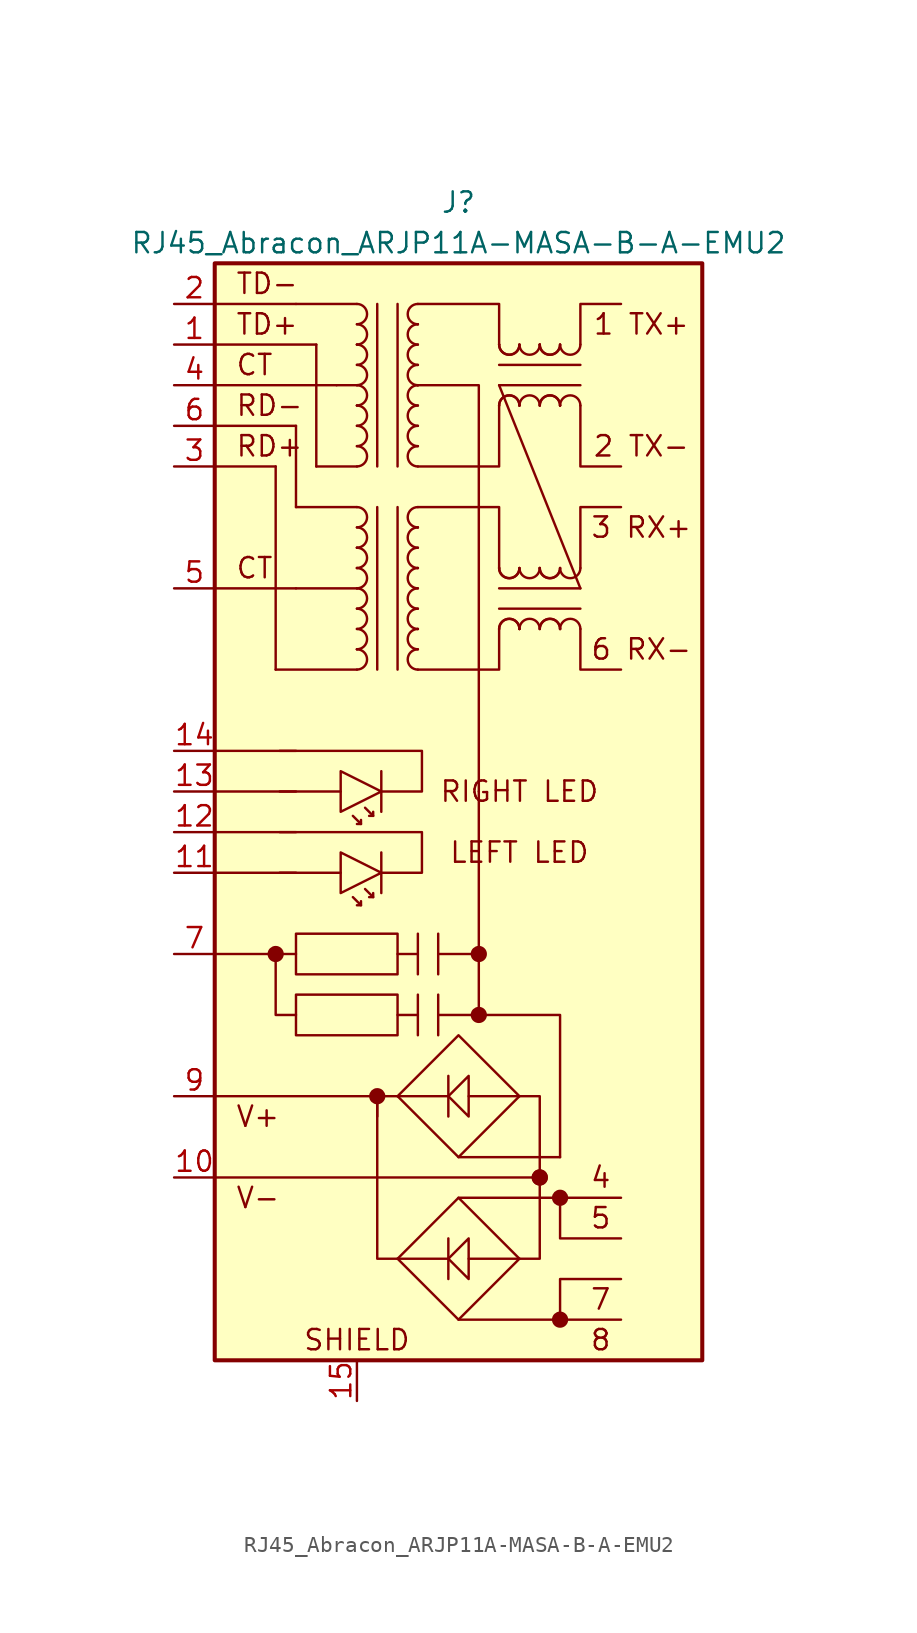
<source format=kicad_sym>
(kicad_symbol_lib
  (version 20220914)
  (generator kicad_symbol_editor)
  (symbol "RJ45_Abracon_ARJP11A-MASA-B-A-EMU2"
    (pin_names
      (offset 1.016) hide)
    (property "Reference" "J"
      (at 0 35.56 0)
      (effects (font (size 1.27 1.27))))
    (property "Value" "RJ45_Abracon_ARJP11A-MASA-B-A-EMU2"
      (at 0 33.02 0)
      (effects (font (size 1.27 1.27))))
    (symbol "RJ45_Abracon_ARJP11A-MASA-B-A-EMU2_0_0"
      (rectangle (start -15.24 31.75) (end 15.24 -36.83) (stroke (width 0.254) (type default)) (fill (type background)))
      (rectangle (start -10.16 -10.16) (end -3.81 -12.7) (stroke (width 0) (type default)) (fill (type none)))
      (polyline (pts (xy -15.24 -25.4) (xy 5.08 -25.4)) (stroke (width 0) (type default)) (fill (type none)))
      (polyline (pts (xy -15.24 -6.35) (xy -10.16 -6.35)) (stroke (width 0) (type default)) (fill (type none)))
      (polyline (pts (xy -15.24 -3.81) (xy -10.16 -3.81)) (stroke (width 0) (type default)) (fill (type none)))
      (polyline (pts (xy -15.24 -1.27) (xy -10.16 -1.27)) (stroke (width 0) (type default)) (fill (type none)))
      (polyline (pts (xy -15.24 1.27) (xy -10.16 1.27)) (stroke (width 0) (type default)) (fill (type none)))
      (polyline (pts (xy -15.24 11.43) (xy -10.16 11.43)) (stroke (width 0) (type default)) (fill (type none)))
      (polyline (pts (xy -15.24 24.13) (xy -7.62 24.13)) (stroke (width 0) (type default)) (fill (type none)))
      (polyline (pts (xy -15.24 29.21) (xy -10.16 29.21)) (stroke (width 0) (type default)) (fill (type none)))
      (polyline (pts (xy -11.43 -11.43) (xy -15.24 -11.43)) (stroke (width 0) (type default)) (fill (type none)))
      (polyline (pts (xy -11.43 19.05) (xy -11.43 6.35)) (stroke (width 0) (type default)) (fill (type none)))
      (polyline (pts (xy -11.176 -6.35) (xy -7.366 -6.35)) (stroke (width 0) (type default)) (fill (type none)))
      (polyline (pts (xy -10.16 -11.43) (xy -11.43 -11.43)) (stroke (width 0) (type default)) (fill (type none)))
      (polyline (pts (xy -10.16 21.59) (xy -10.16 16.51)) (stroke (width 0) (type default)) (fill (type none)))
      (polyline (pts (xy -8.89 26.67) (xy -8.89 19.05)) (stroke (width 0) (type default)) (fill (type none)))
      (polyline (pts (xy -5.08 -21.59) (xy -5.08 -20.32)) (stroke (width 0) (type default)) (fill (type none)))
      (polyline (pts (xy -5.08 -20.32) (xy -15.24 -20.32)) (stroke (width 0) (type default)) (fill (type none)))
      (polyline (pts (xy -5.08 -20.32) (xy -3.81 -20.32)) (stroke (width 0) (type default)) (fill (type none)))
      (polyline (pts (xy -3.81 -15.24) (xy -2.54 -15.24)) (stroke (width 0) (type default)) (fill (type none)))
      (polyline (pts (xy -3.81 -11.43) (xy -2.54 -11.43)) (stroke (width 0) (type default)) (fill (type none)))
      (polyline (pts (xy -2.54 -12.7) (xy -2.54 -10.16)) (stroke (width 0) (type default)) (fill (type none)))
      (polyline (pts (xy -1.27 -16.51) (xy -1.27 -13.97)) (stroke (width 0) (type default)) (fill (type none)))
      (polyline (pts (xy -1.27 -12.7) (xy -1.27 -10.16)) (stroke (width 0) (type default)) (fill (type none)))
      (polyline (pts (xy 0 -34.29) (xy 10.16 -34.29)) (stroke (width 0) (type default)) (fill (type none)))
      (polyline (pts (xy 0 -26.67) (xy 10.16 -26.67)) (stroke (width 0) (type default)) (fill (type none)))
      (polyline (pts (xy 0 -24.13) (xy 6.35 -24.13)) (stroke (width 0) (type default)) (fill (type none)))
      (polyline (pts (xy 1.27 -11.43) (xy 1.27 -15.24)) (stroke (width 0) (type default)) (fill (type none)))
      (polyline (pts (xy -10.16 -15.24) (xy -11.43 -15.24) (xy -11.43 -11.43)) (stroke (width 0) (type default)) (fill (type none)))
      (polyline (pts (xy -3.81 -30.48) (xy -5.08 -30.48) (xy -5.08 -20.32)) (stroke (width 0) (type default)) (fill (type none)))
      (polyline (pts (xy -1.27 -15.24) (xy 0 -15.24) (xy 1.27 -15.24)) (stroke (width 0) (type default)) (fill (type none)))
      (polyline (pts (xy 1.27 -15.24) (xy 6.35 -15.24) (xy 6.35 -24.13)) (stroke (width 0) (type default)) (fill (type none)))
      (polyline (pts (xy 6.35 -34.29) (xy 6.35 -31.75) (xy 10.16 -31.75)) (stroke (width 0) (type default)) (fill (type none)))
      (polyline (pts (xy 6.35 -26.67) (xy 6.35 -29.21) (xy 10.16 -29.21)) (stroke (width 0) (type default)) (fill (type none)))
      (polyline (pts (xy -4.826 -6.35) (xy -2.286 -6.35) (xy -2.286 -3.81) (xy -11.176 -3.81)) (stroke (width 0) (type default)) (fill (type none)))
      (polyline (pts (xy -2.54 24.13) (xy -1.27 24.13) (xy 1.27 24.13) (xy 1.27 -1.27)) (stroke (width 0) (type default)) (fill (type none)))
      (polyline (pts (xy 3.81 -20.32) (xy 5.08 -20.32) (xy 5.08 -30.48) (xy 3.81 -30.48)) (stroke (width 0) (type default)) (fill (type none)))
      (polyline (pts (xy -3.81 -20.32) (xy 0 -16.51) (xy 3.81 -20.32) (xy 0 -24.13) (xy -3.81 -20.32)) (stroke (width 0) (type default)) (fill (type none)))
      (circle (center 1.27 -11.43) (radius 0.0001) (stroke (width 0.508) (type default)) (fill (type none)))
      (text "1 TX+" (at 11.43 27.94 0) (effects (font (size 1.27 1.27))))
      (text "2 TX-" (at 11.43 20.32 0) (effects (font (size 1.27 1.27))))
      (text "3 RX+" (at 11.43 15.24 0) (effects (font (size 1.27 1.27))))
      (text "4" (at 8.89 -25.4 0) (effects (font (size 1.27 1.27))))
      (text "5" (at 8.89 -27.94 0) (effects (font (size 1.27 1.27))))
      (text "6 RX-" (at 11.43 7.62 0) (effects (font (size 1.27 1.27))))
      (text "7" (at 8.89 -33.02 0) (effects (font (size 1.27 1.27))))
      (text "8" (at 8.89 -35.56 0) (effects (font (size 1.27 1.27))))
      (text "CT" (at -13.97 12.7 0) (effects (font (size 1.27 1.27)) (justify left)))
      (text "LEFT LED" (at 3.81 -5.08 0) (effects (font (size 1.27 1.27))))
      (text "RD-" (at -13.97 22.86 0) (effects (font (size 1.27 1.27)) (justify left)))
      (text "SHIELD" (at -6.35 -35.56 0) (effects (font (size 1.27 1.27))))
      (text "V+" (at -13.97 -21.59 0) (effects (font (size 1.27 1.27)) (justify left)))
      (text "V-" (at -13.97 -26.67 0) (effects (font (size 1.27 1.27)) (justify left))))
    (symbol "RJ45_Abracon_ARJP11A-MASA-B-A-EMU2_0_1"
      (arc (start -6.35 19.05) (mid -5.7177 19.685) (end -6.35 20.32) (stroke (width 0) (type default)) (fill (type none)))
      (arc (start -6.35 22.86) (mid -6.35 22.86) (end -6.35 22.86) (stroke (width 0) (type default)) (fill (type none)))
      (arc (start -6.35 22.86) (mid -5.7177 23.495) (end -6.35 24.13) (stroke (width 0) (type default)) (fill (type none)))
      (arc (start -6.35 24.13) (mid -5.7177 24.765) (end -6.35 25.4) (stroke (width 0) (type default)) (fill (type none)))
      (polyline (pts (xy -11.43 19.05) (xy -15.24 19.05)) (stroke (width 0) (type default)) (fill (type none)))
      (polyline (pts (xy -10.16 21.59) (xy -15.24 21.59)) (stroke (width 0) (type default)) (fill (type none)))
      (polyline (pts (xy -8.89 26.67) (xy -15.24 26.67)) (stroke (width 0) (type default)) (fill (type none)))
      (polyline (pts (xy -6.35 6.35) (xy -11.43 6.35)) (stroke (width 0) (type default)) (fill (type none)))
      (polyline (pts (xy -6.35 11.43) (xy -10.16 11.43)) (stroke (width 0) (type default)) (fill (type none)))
      (polyline (pts (xy -6.35 16.51) (xy -10.16 16.51)) (stroke (width 0) (type default)) (fill (type none)))
      (polyline (pts (xy -6.35 19.05) (xy -8.89 19.05)) (stroke (width 0) (type default)) (fill (type none)))
      (polyline (pts (xy -6.35 24.13) (xy -7.62 24.13)) (stroke (width 0) (type default)) (fill (type none)))
      (polyline (pts (xy -6.35 29.21) (xy -10.16 29.21)) (stroke (width 0) (type default)) (fill (type none)))
      (polyline (pts (xy -6.096 -3.302) (xy -6.35 -3.302)) (stroke (width 0) (type default)) (fill (type none)))
      (polyline (pts (xy -5.334 -2.794) (xy -5.588 -2.794)) (stroke (width 0) (type default)) (fill (type none)))
      (polyline (pts (xy -4.826 -7.62) (xy -4.826 -5.08)) (stroke (width 0) (type default)) (fill (type none)))
      (polyline (pts (xy -1.27 -11.43) (xy 1.27 -11.43)) (stroke (width 0) (type default)) (fill (type none)))
      (polyline (pts (xy -0.635 -21.59) (xy -0.635 -19.05)) (stroke (width 0) (type default)) (fill (type none)))
      (polyline (pts (xy -0.635 -20.32) (xy -3.81 -20.32)) (stroke (width 0) (type default)) (fill (type none)))
      (polyline (pts (xy 0.635 -20.32) (xy 3.81 -20.32)) (stroke (width 0) (type default)) (fill (type none)))
      (polyline (pts (xy 1.27 -11.43) (xy 1.27 -1.27)) (stroke (width 0) (type default)) (fill (type none)))
      (polyline (pts (xy -6.604 -2.794) (xy -6.096 -3.302) (xy -6.096 -3.048)) (stroke (width 0) (type default)) (fill (type none)))
      (polyline (pts (xy -5.842 -2.286) (xy -5.334 -2.794) (xy -5.334 -2.54)) (stroke (width 0) (type default)) (fill (type none)))
      (polyline (pts (xy -7.366 -7.62) (xy -7.366 -5.08) (xy -4.826 -6.35) (xy -7.366 -7.62)) (stroke (width 0) (type default)) (fill (type none)))
      (polyline (pts (xy 0.635 -21.59) (xy 0.635 -19.05) (xy -0.635 -20.32) (xy 0.635 -21.59)) (stroke (width 0) (type default)) (fill (type none))))
    (symbol "RJ45_Abracon_ARJP11A-MASA-B-A-EMU2_1_1"
      (circle (center -11.43 -11.43) (radius 0.0001) (stroke (width 0.508) (type default)) (fill (type none)))
      (rectangle (start -10.16 -13.97) (end -3.81 -16.51) (stroke (width 0) (type default)) (fill (type none)))
      (arc (start -6.35 6.35) (mid -5.7177 6.985) (end -6.35 7.62) (stroke (width 0) (type default)) (fill (type none)))
      (arc (start -6.35 7.62) (mid -6.35 7.62) (end -6.35 7.62) (stroke (width 0) (type default)) (fill (type none)))
      (arc (start -6.35 7.62) (mid -5.7177 8.255) (end -6.35 8.89) (stroke (width 0) (type default)) (fill (type none)))
      (arc (start -6.35 8.89) (mid -5.7177 9.525) (end -6.35 10.16) (stroke (width 0) (type default)) (fill (type none)))
      (arc (start -6.35 10.16) (mid -5.7177 10.795) (end -6.35 11.43) (stroke (width 0) (type default)) (fill (type none)))
      (arc (start -6.35 11.43) (mid -5.7177 12.065) (end -6.35 12.7) (stroke (width 0) (type default)) (fill (type none)))
      (arc (start -6.35 12.7) (mid -6.35 12.7) (end -6.35 12.7) (stroke (width 0) (type default)) (fill (type none)))
      (arc (start -6.35 12.7) (mid -5.7177 13.335) (end -6.35 13.97) (stroke (width 0) (type default)) (fill (type none)))
      (arc (start -6.35 13.97) (mid -6.35 13.97) (end -6.35 13.97) (stroke (width 0) (type default)) (fill (type none)))
      (arc (start -6.35 13.97) (mid -5.7177 14.605) (end -6.35 15.24) (stroke (width 0) (type default)) (fill (type none)))
      (arc (start -6.35 15.24) (mid -5.7177 15.875) (end -6.35 16.51) (stroke (width 0) (type default)) (fill (type none)))
      (arc (start -6.35 20.32) (mid -5.7177 20.955) (end -6.35 21.59) (stroke (width 0) (type default)) (fill (type none)))
      (arc (start -6.35 21.59) (mid -5.7177 22.225) (end -6.35 22.86) (stroke (width 0) (type default)) (fill (type none)))
      (arc (start -6.35 25.4) (mid -5.7177 26.035) (end -6.35 26.67) (stroke (width 0) (type default)) (fill (type none)))
      (arc (start -6.35 26.67) (mid -6.35 26.67) (end -6.35 26.67) (stroke (width 0) (type default)) (fill (type none)))
      (arc (start -6.35 26.67) (mid -5.7177 27.305) (end -6.35 27.94) (stroke (width 0) (type default)) (fill (type none)))
      (arc (start -6.35 27.94) (mid -5.7177 28.575) (end -6.35 29.21) (stroke (width 0) (type default)) (fill (type none)))
      (circle (center -5.08 -20.32) (radius 0.0001) (stroke (width 0.508) (type default)) (fill (type none)))
      (arc (start -2.54 7.62) (mid -3.1723 6.985) (end -2.54 6.35) (stroke (width 0) (type default)) (fill (type none)))
      (arc (start -2.54 8.89) (mid -3.1723 8.255) (end -2.54 7.62) (stroke (width 0) (type default)) (fill (type none)))
      (arc (start -2.54 8.89) (mid -2.54 8.89) (end -2.54 8.89) (stroke (width 0) (type default)) (fill (type none)))
      (arc (start -2.54 10.16) (mid -3.1723 9.525) (end -2.54 8.89) (stroke (width 0) (type default)) (fill (type none)))
      (arc (start -2.54 11.43) (mid -3.1723 10.795) (end -2.54 10.16) (stroke (width 0) (type default)) (fill (type none)))
      (arc (start -2.54 12.7) (mid -3.1723 12.065) (end -2.54 11.43) (stroke (width 0) (type default)) (fill (type none)))
      (arc (start -2.54 12.7) (mid -2.54 12.7) (end -2.54 12.7) (stroke (width 0) (type default)) (fill (type none)))
      (arc (start -2.54 13.97) (mid -3.1723 13.335) (end -2.54 12.7) (stroke (width 0) (type default)) (fill (type none)))
      (arc (start -2.54 15.24) (mid -3.1723 14.605) (end -2.54 13.97) (stroke (width 0) (type default)) (fill (type none)))
      (arc (start -2.54 15.24) (mid -2.54 15.24) (end -2.54 15.24) (stroke (width 0) (type default)) (fill (type none)))
      (arc (start -2.54 16.51) (mid -3.1723 15.875) (end -2.54 15.24) (stroke (width 0) (type default)) (fill (type none)))
      (arc (start -2.54 20.32) (mid -3.1723 19.685) (end -2.54 19.05) (stroke (width 0) (type default)) (fill (type none)))
      (arc (start -2.54 21.59) (mid -3.1723 20.955) (end -2.54 20.32) (stroke (width 0) (type default)) (fill (type none)))
      (arc (start -2.54 22.86) (mid -3.1723 22.225) (end -2.54 21.59) (stroke (width 0) (type default)) (fill (type none)))
      (arc (start -2.54 24.13) (mid -3.1723 23.495) (end -2.54 22.86) (stroke (width 0) (type default)) (fill (type none)))
      (arc (start -2.54 24.13) (mid -2.54 24.13) (end -2.54 24.13) (stroke (width 0) (type default)) (fill (type none)))
      (arc (start -2.54 25.4) (mid -3.1723 24.765) (end -2.54 24.13) (stroke (width 0) (type default)) (fill (type none)))
      (arc (start -2.54 26.67) (mid -3.1723 26.035) (end -2.54 25.4) (stroke (width 0) (type default)) (fill (type none)))
      (arc (start -2.54 27.94) (mid -3.1723 27.305) (end -2.54 26.67) (stroke (width 0) (type default)) (fill (type none)))
      (arc (start -2.54 27.94) (mid -2.54 27.94) (end -2.54 27.94) (stroke (width 0) (type default)) (fill (type none)))
      (arc (start -2.54 29.21) (mid -3.1723 28.575) (end -2.54 27.94) (stroke (width 0) (type default)) (fill (type none)))
      (polyline (pts (xy -11.176 -1.27) (xy -7.366 -1.27)) (stroke (width 0) (type default)) (fill (type none)))
      (polyline (pts (xy -6.096 -8.382) (xy -6.35 -8.382)) (stroke (width 0) (type default)) (fill (type none)))
      (polyline (pts (xy -5.334 -7.874) (xy -5.588 -7.874)) (stroke (width 0) (type default)) (fill (type none)))
      (polyline (pts (xy -5.08 6.35) (xy -5.08 16.51)) (stroke (width 0) (type default)) (fill (type none)))
      (polyline (pts (xy -5.08 19.05) (xy -5.08 29.21)) (stroke (width 0) (type default)) (fill (type none)))
      (polyline (pts (xy -4.826 -2.54) (xy -4.826 0)) (stroke (width 0) (type default)) (fill (type none)))
      (polyline (pts (xy -3.81 16.51) (xy -3.81 6.35)) (stroke (width 0) (type default)) (fill (type none)))
      (polyline (pts (xy -3.81 29.21) (xy -3.81 19.05)) (stroke (width 0) (type default)) (fill (type none)))
      (polyline (pts (xy -2.54 -16.51) (xy -2.54 -13.97)) (stroke (width 0) (type default)) (fill (type none)))
      (polyline (pts (xy -0.635 -31.75) (xy -0.635 -29.21)) (stroke (width 0) (type default)) (fill (type none)))
      (polyline (pts (xy -0.635 -30.48) (xy -3.81 -30.48)) (stroke (width 0) (type default)) (fill (type none)))
      (polyline (pts (xy 0.635 -30.48) (xy 3.81 -30.48)) (stroke (width 0) (type default)) (fill (type none)))
      (polyline (pts (xy 2.54 11.43) (xy 7.62 11.43)) (stroke (width 0) (type default)) (fill (type none)))
      (polyline (pts (xy 2.54 24.13) (xy 7.62 11.43)) (stroke (width 0) (type default)) (fill (type none)))
      (polyline (pts (xy 2.54 25.4) (xy 7.62 25.4)) (stroke (width 0) (type default)) (fill (type none)))
      (polyline (pts (xy 7.62 10.16) (xy 2.54 10.16)) (stroke (width 0) (type default)) (fill (type none)))
      (polyline (pts (xy 7.62 24.13) (xy 2.54 24.13)) (stroke (width 0) (type default)) (fill (type none)))
      (polyline (pts (xy -6.604 -7.874) (xy -6.096 -8.382) (xy -6.096 -8.128)) (stroke (width 0) (type default)) (fill (type none)))
      (polyline (pts (xy -5.842 -7.366) (xy -5.334 -7.874) (xy -5.334 -7.62)) (stroke (width 0) (type default)) (fill (type none)))
      (polyline (pts (xy -2.54 6.35) (xy 2.54 6.35) (xy 2.54 8.89)) (stroke (width 0) (type default)) (fill (type none)))
      (polyline (pts (xy -2.54 16.51) (xy 2.54 16.51) (xy 2.54 12.7)) (stroke (width 0) (type default)) (fill (type none)))
      (polyline (pts (xy -2.54 19.05) (xy 2.54 19.05) (xy 2.54 22.86)) (stroke (width 0) (type default)) (fill (type none)))
      (polyline (pts (xy 2.54 26.67) (xy 2.54 29.21) (xy -2.54 29.21)) (stroke (width 0) (type default)) (fill (type none)))
      (polyline (pts (xy 7.62 8.89) (xy 7.62 6.35) (xy 10.16 6.35)) (stroke (width 0) (type default)) (fill (type none)))
      (polyline (pts (xy 7.62 12.7) (xy 7.62 16.51) (xy 10.16 16.51)) (stroke (width 0) (type default)) (fill (type none)))
      (polyline (pts (xy 7.62 22.86) (xy 7.62 19.05) (xy 10.16 19.05)) (stroke (width 0) (type default)) (fill (type none)))
      (polyline (pts (xy 7.62 26.67) (xy 7.62 29.21) (xy 10.16 29.21)) (stroke (width 0) (type default)) (fill (type none)))
      (polyline (pts (xy -7.366 -2.54) (xy -7.366 0) (xy -4.826 -1.27) (xy -7.366 -2.54)) (stroke (width 0) (type default)) (fill (type none)))
      (polyline (pts (xy -4.826 -1.27) (xy -2.286 -1.27) (xy -2.286 1.27) (xy -11.176 1.27)) (stroke (width 0) (type default)) (fill (type none)))
      (polyline (pts (xy 0.635 -31.75) (xy 0.635 -29.21) (xy -0.635 -30.48) (xy 0.635 -31.75)) (stroke (width 0) (type default)) (fill (type none)))
      (polyline (pts (xy -3.81 -30.48) (xy 0 -26.67) (xy 3.81 -30.48) (xy 0 -34.29) (xy -3.81 -30.48)) (stroke (width 0) (type default)) (fill (type none)))
      (circle (center 1.27 -15.24) (radius 0.0001) (stroke (width 0.508) (type default)) (fill (type none)))
      (arc (start 2.54 12.7) (mid 2.54 12.7) (end 2.54 12.7) (stroke (width 0) (type default)) (fill (type none)))
      (arc (start 2.54 12.7) (mid 3.175 12.0677) (end 3.81 12.7) (stroke (width 0) (type default)) (fill (type none)))
      (arc (start 2.54 12.7) (mid 3.175 12.0677) (end 3.81 12.7) (stroke (width 0) (type default)) (fill (type none)))
      (arc (start 2.54 26.67) (mid 2.54 26.67) (end 2.54 26.67) (stroke (width 0) (type default)) (fill (type none)))
      (arc (start 2.54 26.67) (mid 3.175 26.0377) (end 3.81 26.67) (stroke (width 0) (type default)) (fill (type none)))
      (arc (start 2.54 26.67) (mid 3.175 26.0377) (end 3.81 26.67) (stroke (width 0) (type default)) (fill (type none)))
      (arc (start 3.81 8.89) (mid 3.175 9.5223) (end 2.54 8.89) (stroke (width 0) (type default)) (fill (type none)))
      (arc (start 3.81 8.89) (mid 3.175 9.5223) (end 2.54 8.89) (stroke (width 0) (type default)) (fill (type none)))
      (arc (start 3.81 8.89) (mid 3.81 8.89) (end 3.81 8.89) (stroke (width 0) (type default)) (fill (type none)))
      (arc (start 3.81 12.7) (mid 4.445 12.0677) (end 5.08 12.7) (stroke (width 0) (type default)) (fill (type none)))
      (arc (start 3.81 22.86) (mid 3.175 23.4923) (end 2.54 22.86) (stroke (width 0) (type default)) (fill (type none)))
      (arc (start 3.81 22.86) (mid 3.175 23.4923) (end 2.54 22.86) (stroke (width 0) (type default)) (fill (type none)))
      (arc (start 3.81 22.86) (mid 3.81 22.86) (end 3.81 22.86) (stroke (width 0) (type default)) (fill (type none)))
      (arc (start 3.81 26.67) (mid 4.445 26.0377) (end 5.08 26.67) (stroke (width 0) (type default)) (fill (type none)))
      (circle (center 5.08 -25.4) (radius 0.0001) (stroke (width 0.508) (type default)) (fill (type none)))
      (circle (center 5.08 -25.4) (radius 0.0001) (stroke (width 0.508) (type default)) (fill (type none)))
      (arc (start 5.08 8.89) (mid 4.445 9.5223) (end 3.81 8.89) (stroke (width 0) (type default)) (fill (type none)))
      (arc (start 5.08 12.7) (mid 5.08 12.7) (end 5.08 12.7) (stroke (width 0) (type default)) (fill (type none)))
      (arc (start 5.08 12.7) (mid 5.715 12.0677) (end 6.35 12.7) (stroke (width 0) (type default)) (fill (type none)))
      (arc (start 5.08 12.7) (mid 5.715 12.0677) (end 6.35 12.7) (stroke (width 0) (type default)) (fill (type none)))
      (arc (start 5.08 22.86) (mid 4.445 23.4923) (end 3.81 22.86) (stroke (width 0) (type default)) (fill (type none)))
      (arc (start 5.08 26.67) (mid 5.08 26.67) (end 5.08 26.67) (stroke (width 0) (type default)) (fill (type none)))
      (arc (start 5.08 26.67) (mid 5.715 26.0377) (end 6.35 26.67) (stroke (width 0) (type default)) (fill (type none)))
      (arc (start 5.08 26.67) (mid 5.715 26.0377) (end 6.35 26.67) (stroke (width 0) (type default)) (fill (type none)))
      (circle (center 6.35 -34.29) (radius 0.0001) (stroke (width 0.508) (type default)) (fill (type none)))
      (circle (center 6.35 -26.67) (radius 0.0001) (stroke (width 0.508) (type default)) (fill (type none)))
      (arc (start 6.35 8.89) (mid 5.715 9.5223) (end 5.08 8.89) (stroke (width 0) (type default)) (fill (type none)))
      (arc (start 6.35 8.89) (mid 5.715 9.5223) (end 5.08 8.89) (stroke (width 0) (type default)) (fill (type none)))
      (arc (start 6.35 8.89) (mid 6.35 8.89) (end 6.35 8.89) (stroke (width 0) (type default)) (fill (type none)))
      (arc (start 6.35 12.7) (mid 6.985 12.0677) (end 7.62 12.7) (stroke (width 0) (type default)) (fill (type none)))
      (arc (start 6.35 22.86) (mid 5.715 23.4923) (end 5.08 22.86) (stroke (width 0) (type default)) (fill (type none)))
      (arc (start 6.35 22.86) (mid 5.715 23.4923) (end 5.08 22.86) (stroke (width 0) (type default)) (fill (type none)))
      (arc (start 6.35 22.86) (mid 6.35 22.86) (end 6.35 22.86) (stroke (width 0) (type default)) (fill (type none)))
      (arc (start 6.35 26.67) (mid 6.985 26.0377) (end 7.62 26.67) (stroke (width 0) (type default)) (fill (type none)))
      (arc (start 7.62 8.89) (mid 6.985 9.5223) (end 6.35 8.89) (stroke (width 0) (type default)) (fill (type none)))
      (arc (start 7.62 22.86) (mid 6.985 23.4923) (end 6.35 22.86) (stroke (width 0) (type default)) (fill (type none)))
      (text "CT" (at -13.97 25.4 0) (effects (font (size 1.27 1.27)) (justify left)))
      (text "RD+" (at -13.97 20.32 0) (effects (font (size 1.27 1.27)) (justify left)))
      (text "RIGHT LED" (at 3.81 -1.27 0) (effects (font (size 1.27 1.27))))
      (text "TD+" (at -13.97 27.94 0) (effects (font (size 1.27 1.27)) (justify left)))
      (text "TD-" (at -13.97 30.48 0) (effects (font (size 1.27 1.27)) (justify left)))
      (pin passive line (at -17.78 26.67 0) (length 2.54) (name "TD+" (effects (font (size 1.27 1.27)))) (number "1" (effects (font (size 1.27 1.27)))))
      (pin power_out line (at -17.78 -25.4 0) (length 2.54) (name "V-" (effects (font (size 1.27 1.27)))) (number "10" (effects (font (size 1.27 1.27)))))
      (pin passive line (at -17.78 -6.35 0) (length 2.54) (name "LLED+" (effects (font (size 1.27 1.27)))) (number "11" (effects (font (size 1.27 1.27)))))
      (pin passive line (at -17.78 -3.81 0) (length 2.54) (name "LLED-" (effects (font (size 1.27 1.27)))) (number "12" (effects (font (size 1.27 1.27)))))
      (pin passive line (at -17.78 -1.27 0) (length 2.54) (name "RLED+" (effects (font (size 1.27 1.27)))) (number "13" (effects (font (size 1.27 1.27)))))
      (pin passive line (at -17.78 1.27 0) (length 2.54) (name "RLED-" (effects (font (size 1.27 1.27)))) (number "14" (effects (font (size 1.27 1.27)))))
      (pin passive line (at -6.35 -39.37 90) (length 2.54) (name "SHIELD" (effects (font (size 1.27 1.27)))) (number "15" (effects (font (size 1.27 1.27)))))
      (pin passive line (at -17.78 29.21 0) (length 2.54) (name "TD-" (effects (font (size 1.27 1.27)))) (number "2" (effects (font (size 1.27 1.27)))))
      (pin passive line (at -17.78 19.05 0) (length 2.54) (name "RD+" (effects (font (size 1.27 1.27)))) (number "3" (effects (font (size 1.27 1.27)))))
      (pin passive line (at -17.78 24.13 0) (length 2.54) (name "CT" (effects (font (size 1.27 1.27)))) (number "4" (effects (font (size 1.27 1.27)))))
      (pin passive line (at -17.78 11.43 0) (length 2.54) (name "CT" (effects (font (size 1.27 1.27)))) (number "5" (effects (font (size 1.27 1.27)))))
      (pin passive line (at -17.78 21.59 0) (length 2.54) (name "RD-" (effects (font (size 1.27 1.27)))) (number "6" (effects (font (size 1.27 1.27)))))
      (pin passive line (at -17.78 -11.43 0) (length 2.54) (name "7" (effects (font (size 1.27 1.27)))) (number "7" (effects (font (size 1.27 1.27)))))
      (pin power_out line (at -17.78 -20.32 0) (length 2.54) (name "V+" (effects (font (size 1.27 1.27)))) (number "9" (effects (font (size 1.27 1.27))))))))
</source>
